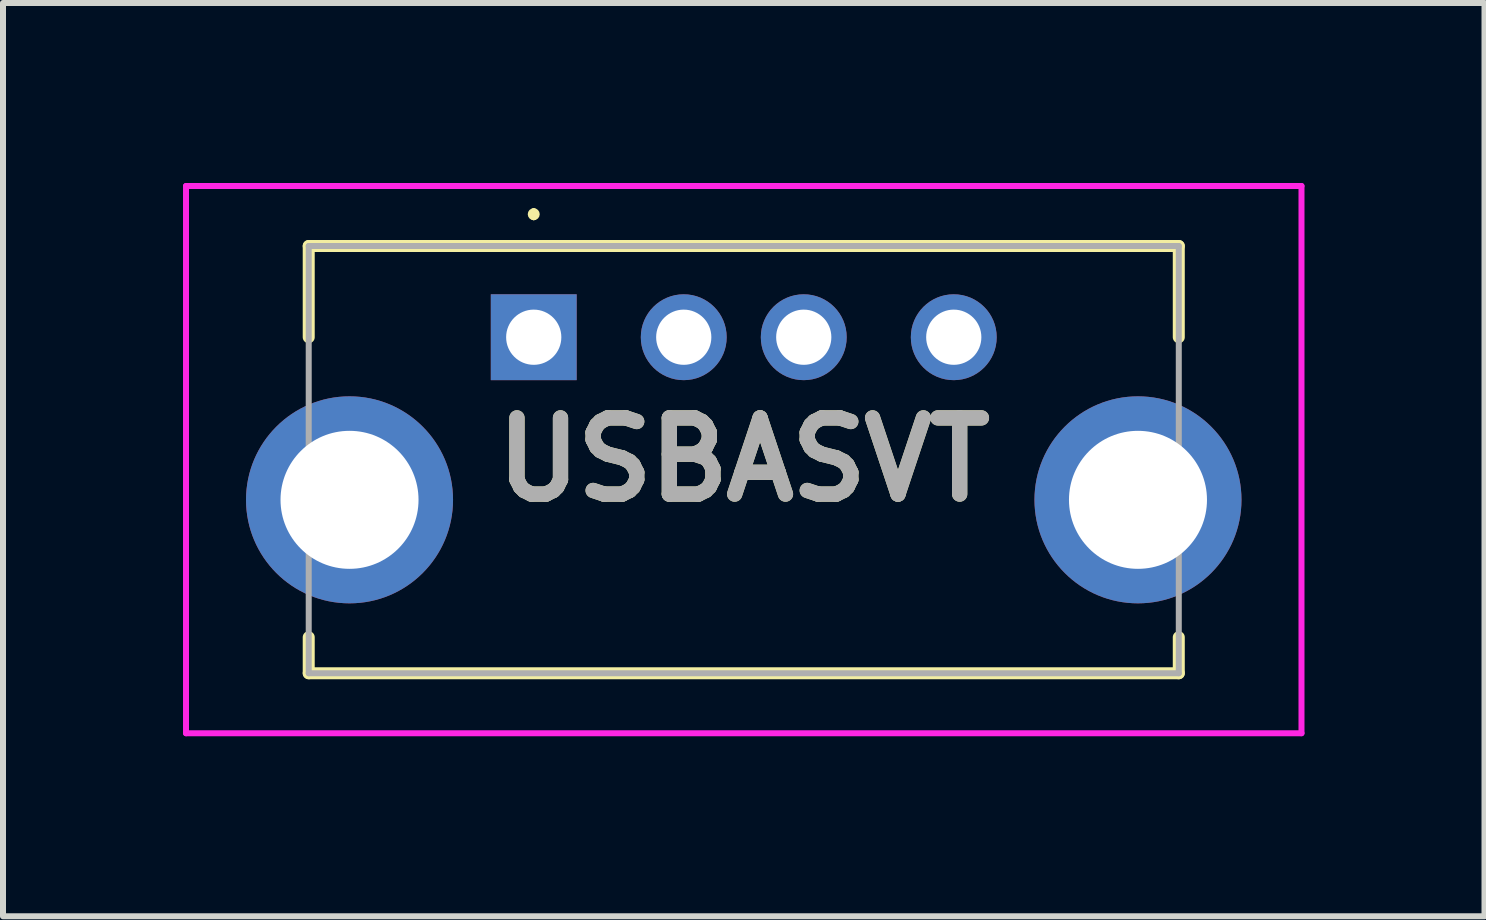
<source format=kicad_pcb>
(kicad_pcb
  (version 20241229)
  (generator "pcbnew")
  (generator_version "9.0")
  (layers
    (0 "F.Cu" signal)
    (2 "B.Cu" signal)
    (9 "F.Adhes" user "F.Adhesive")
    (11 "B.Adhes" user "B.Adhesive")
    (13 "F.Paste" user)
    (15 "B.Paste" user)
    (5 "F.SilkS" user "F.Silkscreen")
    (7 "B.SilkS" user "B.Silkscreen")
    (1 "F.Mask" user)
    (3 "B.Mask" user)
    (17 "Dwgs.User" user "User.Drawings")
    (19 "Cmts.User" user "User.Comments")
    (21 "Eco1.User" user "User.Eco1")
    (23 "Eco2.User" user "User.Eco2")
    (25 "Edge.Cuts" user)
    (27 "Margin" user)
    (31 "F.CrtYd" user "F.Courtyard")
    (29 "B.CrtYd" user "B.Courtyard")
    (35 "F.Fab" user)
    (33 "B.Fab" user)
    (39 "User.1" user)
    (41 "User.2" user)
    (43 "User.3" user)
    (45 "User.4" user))
  (footprint "USBASVT"
    (layer "F.Cu")
    (at 5.845 2.57)
    (property "Reference" "USBASVT" (at 3.5 2.04 0) (layer "F.SilkS") (effects (font (size 1.27 1.27) (thickness 0.254))))
    (attr through_hole)
    (fp_line (start -3.75 -1.52) (end 10.75 -1.52) (stroke (width 0.2) (type solid)) (layer "F.SilkS"))
    (fp_line (start -3.75 0) (end -3.75 -1.52) (stroke (width 0.2) (type solid)) (layer "F.SilkS"))
    (fp_line (start -3.75 5) (end -3.75 5.6) (stroke (width 0.2) (type solid)) (layer "F.SilkS"))
    (fp_line (start -3.75 5.6) (end 10.75 5.6) (stroke (width 0.2) (type solid)) (layer "F.SilkS"))
    (fp_line (start 0 -2.1) (end 0 -2.1) (stroke (width 0.1) (type solid)) (layer "F.SilkS"))
    (fp_line (start 0 -2) (end 0 -2) (stroke (width 0.1) (type solid)) (layer "F.SilkS"))
    (fp_line (start 10.75 -1.52) (end 10.75 0) (stroke (width 0.2) (type solid)) (layer "F.SilkS"))
    (fp_line (start 10.75 5.6) (end 10.75 5) (stroke (width 0.2) (type solid)) (layer "F.SilkS"))
    (fp_arc (start 0 -2.1) (mid 0.05 -2.05) (end 0 -2) (stroke (width 0.1) (type solid)) (layer "F.SilkS"))
    (fp_arc (start 0 -2) (mid -0.05 -2.05) (end 0 -2.1) (stroke (width 0.1) (type solid)) (layer "F.SilkS"))
    (fp_line (start -5.795 -2.52) (end 12.795 -2.52) (stroke (width 0.1) (type solid)) (layer "F.CrtYd"))
    (fp_line (start -5.795 6.6) (end -5.795 -2.52) (stroke (width 0.1) (type solid)) (layer "F.CrtYd"))
    (fp_line (start 12.795 -2.52) (end 12.795 6.6) (stroke (width 0.1) (type solid)) (layer "F.CrtYd"))
    (fp_line (start 12.795 6.6) (end -5.795 6.6) (stroke (width 0.1) (type solid)) (layer "F.CrtYd"))
    (fp_line (start -3.75 -1.52) (end 10.75 -1.52) (stroke (width 0.1) (type solid)) (layer "F.Fab"))
    (fp_line (start -3.75 5.6) (end -3.75 -1.52) (stroke (width 0.1) (type solid)) (layer "F.Fab"))
    (fp_line (start 10.75 -1.52) (end 10.75 5.6) (stroke (width 0.1) (type solid)) (layer "F.Fab"))
    (fp_line (start 10.75 5.6) (end -3.75 5.6) (stroke (width 0.1) (type solid)) (layer "F.Fab"))
    (fp_text user "${REFERENCE}" (at 3.5 2.04 0) (layer "F.Fab") (effects (font (size 1.27 1.27) (thickness 0.254))))
    (pad "1" thru_hole rect (at 0 0) (size 1.431 1.431) (drill 0.92) (layers "*.Cu" "*.Mask"))
    (pad "2" thru_hole circle (at 2.5 0) (size 1.431 1.431) (drill 0.92) (layers "*.Cu" "*.Mask"))
    (pad "3" thru_hole circle (at 4.5 0) (size 1.431 1.431) (drill 0.92) (layers "*.Cu" "*.Mask"))
    (pad "4" thru_hole circle (at 7 0) (size 1.431 1.431) (drill 0.92) (layers "*.Cu" "*.Mask"))
    (pad "MH1" thru_hole circle (at -3.07 2.71) (size 3.45 3.45) (drill 2.3) (layers "*.Cu" "*.Mask"))
    (pad "MH2" thru_hole circle (at 10.07 2.71) (size 3.45 3.45) (drill 2.3) (layers "*.Cu" "*.Mask")))
  (gr_rect
    (start -3 -3)
    (end 21.69 12.22)
    (stroke (width 0.1) (type default))
    (fill no)
    (layer "Edge.Cuts")))
</source>
